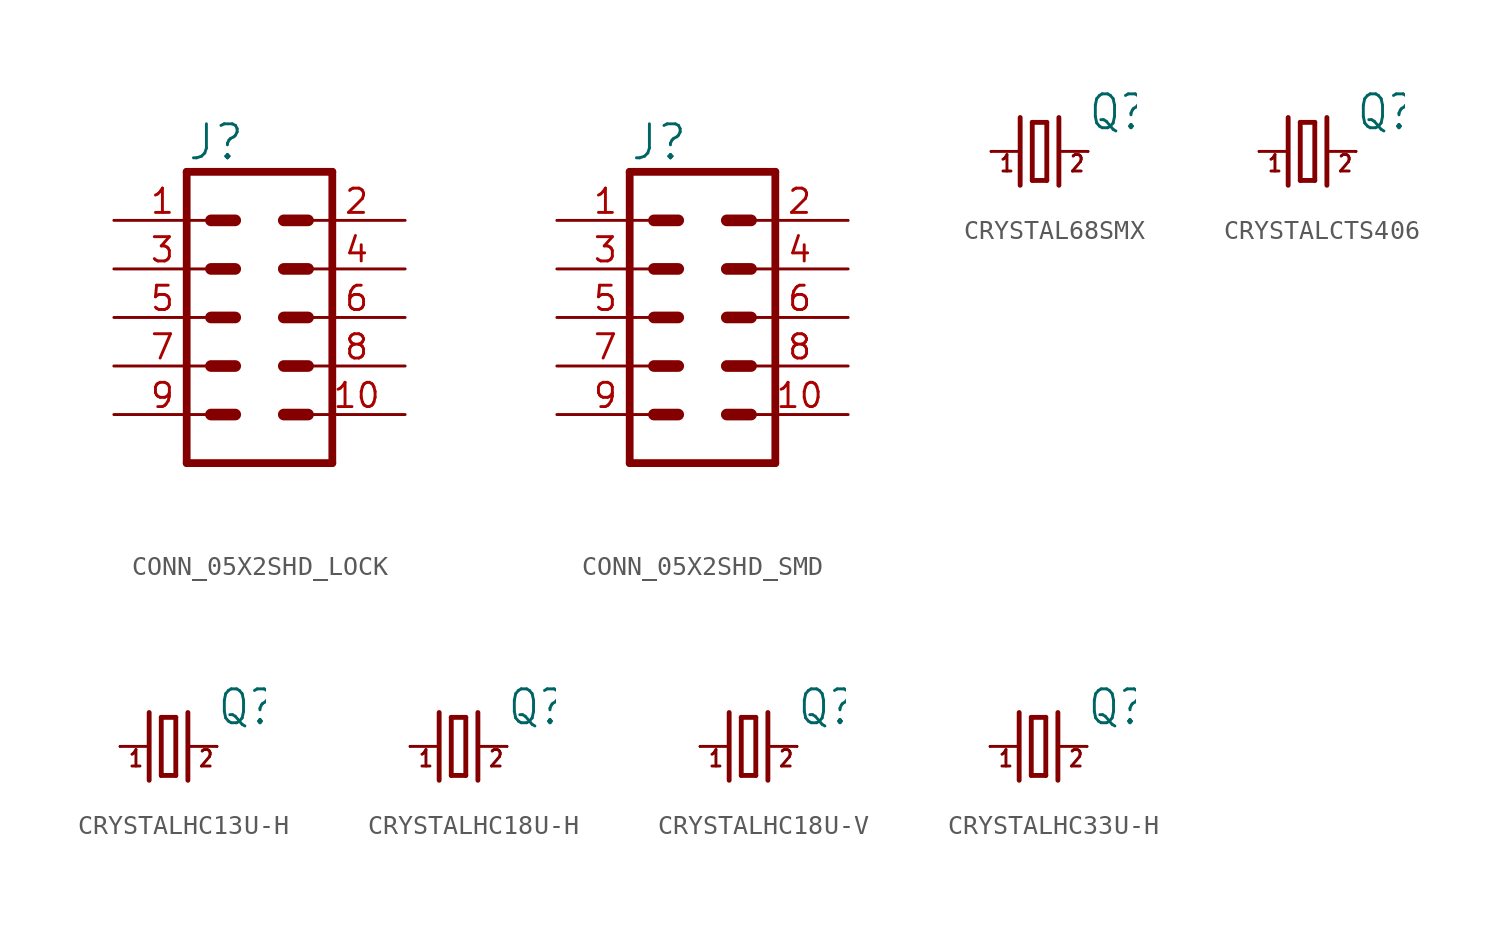
<source format=kicad_sym>
(kicad_symbol_lib
  (version 20220914)
  (generator kicad_symbol_editor)
  (symbol "CONN_05X2SHD_LOCK"
    (property "Reference" "J"
      (at -3.81 8.128 0)
      (effects (font (size 1.778 1.778)) (justify left bottom)))
    (property "Value" ""
      (at -3.81 -9.906 0)
      (effects (font (size 1.778 1.778)) (justify left bottom)))
    (property "ki_locked" ""
      (at 0 0 0)
      (effects (font (size 1.27 1.27))))
    (symbol "CONN_05X2SHD_LOCK_1_0"
      (polyline (pts (xy -3.81 7.62) (xy -3.81 -7.62)) (stroke (width 0.406) (type solid)) (fill (type none)))
      (polyline (pts (xy -3.81 7.62) (xy 3.81 7.62)) (stroke (width 0.406) (type solid)) (fill (type none)))
      (polyline (pts (xy -1.27 -5.08) (xy -2.54 -5.08)) (stroke (width 0.61) (type solid)) (fill (type none)))
      (polyline (pts (xy -1.27 -2.54) (xy -2.54 -2.54)) (stroke (width 0.61) (type solid)) (fill (type none)))
      (polyline (pts (xy -1.27 0) (xy -2.54 0)) (stroke (width 0.61) (type solid)) (fill (type none)))
      (polyline (pts (xy -1.27 2.54) (xy -2.54 2.54)) (stroke (width 0.61) (type solid)) (fill (type none)))
      (polyline (pts (xy -1.27 5.08) (xy -2.54 5.08)) (stroke (width 0.61) (type solid)) (fill (type none)))
      (polyline (pts (xy 1.27 -5.08) (xy 2.54 -5.08)) (stroke (width 0.61) (type solid)) (fill (type none)))
      (polyline (pts (xy 1.27 -2.54) (xy 2.54 -2.54)) (stroke (width 0.61) (type solid)) (fill (type none)))
      (polyline (pts (xy 1.27 0) (xy 2.54 0)) (stroke (width 0.61) (type solid)) (fill (type none)))
      (polyline (pts (xy 1.27 2.54) (xy 2.54 2.54)) (stroke (width 0.61) (type solid)) (fill (type none)))
      (polyline (pts (xy 1.27 5.08) (xy 2.54 5.08)) (stroke (width 0.61) (type solid)) (fill (type none)))
      (polyline (pts (xy 3.81 -7.62) (xy -3.81 -7.62)) (stroke (width 0.406) (type solid)) (fill (type none)))
      (polyline (pts (xy 3.81 -7.62) (xy 3.81 7.62)) (stroke (width 0.406) (type solid)) (fill (type none)))
      (pin passive line (at -7.62 5.08 0) (length 5.08) (name "1" (effects (font (size 0 0)))) (number "1" (effects (font (size 1.27 1.27)))))
      (pin passive line (at 7.62 -5.08 180) (length 5.08) (name "10" (effects (font (size 0 0)))) (number "10" (effects (font (size 1.27 1.27)))))
      (pin passive line (at 7.62 5.08 180) (length 5.08) (name "2" (effects (font (size 0 0)))) (number "2" (effects (font (size 1.27 1.27)))))
      (pin passive line (at -7.62 2.54 0) (length 5.08) (name "3" (effects (font (size 0 0)))) (number "3" (effects (font (size 1.27 1.27)))))
      (pin passive line (at 7.62 2.54 180) (length 5.08) (name "4" (effects (font (size 0 0)))) (number "4" (effects (font (size 1.27 1.27)))))
      (pin passive line (at -7.62 0 0) (length 5.08) (name "5" (effects (font (size 0 0)))) (number "5" (effects (font (size 1.27 1.27)))))
      (pin passive line (at 7.62 0 180) (length 5.08) (name "6" (effects (font (size 0 0)))) (number "6" (effects (font (size 1.27 1.27)))))
      (pin passive line (at -7.62 -2.54 0) (length 5.08) (name "7" (effects (font (size 0 0)))) (number "7" (effects (font (size 1.27 1.27)))))
      (pin passive line (at 7.62 -2.54 180) (length 5.08) (name "8" (effects (font (size 0 0)))) (number "8" (effects (font (size 1.27 1.27)))))
      (pin passive line (at -7.62 -5.08 0) (length 5.08) (name "9" (effects (font (size 0 0)))) (number "9" (effects (font (size 1.27 1.27)))))))
  (symbol "CONN_05X2SHD_SMD"
    (property "Reference" "J"
      (at -3.81 8.128 0)
      (effects (font (size 1.778 1.778)) (justify left bottom)))
    (property "Value" ""
      (at -3.81 -9.906 0)
      (effects (font (size 1.778 1.778)) (justify left bottom)))
    (property "ki_locked" ""
      (at 0 0 0)
      (effects (font (size 1.27 1.27))))
    (symbol "CONN_05X2SHD_SMD_1_0"
      (polyline (pts (xy -3.81 7.62) (xy -3.81 -7.62)) (stroke (width 0.406) (type solid)) (fill (type none)))
      (polyline (pts (xy -3.81 7.62) (xy 3.81 7.62)) (stroke (width 0.406) (type solid)) (fill (type none)))
      (polyline (pts (xy -1.27 -5.08) (xy -2.54 -5.08)) (stroke (width 0.61) (type solid)) (fill (type none)))
      (polyline (pts (xy -1.27 -2.54) (xy -2.54 -2.54)) (stroke (width 0.61) (type solid)) (fill (type none)))
      (polyline (pts (xy -1.27 0) (xy -2.54 0)) (stroke (width 0.61) (type solid)) (fill (type none)))
      (polyline (pts (xy -1.27 2.54) (xy -2.54 2.54)) (stroke (width 0.61) (type solid)) (fill (type none)))
      (polyline (pts (xy -1.27 5.08) (xy -2.54 5.08)) (stroke (width 0.61) (type solid)) (fill (type none)))
      (polyline (pts (xy 1.27 -5.08) (xy 2.54 -5.08)) (stroke (width 0.61) (type solid)) (fill (type none)))
      (polyline (pts (xy 1.27 -2.54) (xy 2.54 -2.54)) (stroke (width 0.61) (type solid)) (fill (type none)))
      (polyline (pts (xy 1.27 0) (xy 2.54 0)) (stroke (width 0.61) (type solid)) (fill (type none)))
      (polyline (pts (xy 1.27 2.54) (xy 2.54 2.54)) (stroke (width 0.61) (type solid)) (fill (type none)))
      (polyline (pts (xy 1.27 5.08) (xy 2.54 5.08)) (stroke (width 0.61) (type solid)) (fill (type none)))
      (polyline (pts (xy 3.81 -7.62) (xy -3.81 -7.62)) (stroke (width 0.406) (type solid)) (fill (type none)))
      (polyline (pts (xy 3.81 -7.62) (xy 3.81 7.62)) (stroke (width 0.406) (type solid)) (fill (type none)))
      (pin passive line (at -7.62 5.08 0) (length 5.08) (name "1" (effects (font (size 0 0)))) (number "1" (effects (font (size 1.27 1.27)))))
      (pin passive line (at 7.62 -5.08 180) (length 5.08) (name "10" (effects (font (size 0 0)))) (number "10" (effects (font (size 1.27 1.27)))))
      (pin passive line (at 7.62 5.08 180) (length 5.08) (name "2" (effects (font (size 0 0)))) (number "2" (effects (font (size 1.27 1.27)))))
      (pin passive line (at -7.62 2.54 0) (length 5.08) (name "3" (effects (font (size 0 0)))) (number "3" (effects (font (size 1.27 1.27)))))
      (pin passive line (at 7.62 2.54 180) (length 5.08) (name "4" (effects (font (size 0 0)))) (number "4" (effects (font (size 1.27 1.27)))))
      (pin passive line (at -7.62 0 0) (length 5.08) (name "5" (effects (font (size 0 0)))) (number "5" (effects (font (size 1.27 1.27)))))
      (pin passive line (at 7.62 0 180) (length 5.08) (name "6" (effects (font (size 0 0)))) (number "6" (effects (font (size 1.27 1.27)))))
      (pin passive line (at -7.62 -2.54 0) (length 5.08) (name "7" (effects (font (size 0 0)))) (number "7" (effects (font (size 1.27 1.27)))))
      (pin passive line (at 7.62 -2.54 180) (length 5.08) (name "8" (effects (font (size 0 0)))) (number "8" (effects (font (size 1.27 1.27)))))
      (pin passive line (at -7.62 -5.08 0) (length 5.08) (name "9" (effects (font (size 0 0)))) (number "9" (effects (font (size 1.27 1.27)))))))
  (symbol "CRYSTAL68SMX"
    (property "Reference" "Q"
      (at 2.54 1.016 0)
      (effects (font (size 1.778 1.511)) (justify left bottom)))
    (property "Value" ""
      (at 2.54 -2.54 0)
      (effects (font (size 1.778 1.511)) (justify left bottom)))
    (property "ki_locked" ""
      (at 0 0 0)
      (effects (font (size 1.27 1.27))))
    (symbol "CRYSTAL68SMX_1_0"
      (polyline (pts (xy -2.54 0) (xy -1.016 0)) (stroke (width 0.152) (type solid)) (fill (type none)))
      (polyline (pts (xy -1.016 1.778) (xy -1.016 -1.778)) (stroke (width 0.254) (type solid)) (fill (type none)))
      (polyline (pts (xy -0.381 -1.524) (xy 0.381 -1.524)) (stroke (width 0.254) (type solid)) (fill (type none)))
      (polyline (pts (xy -0.381 1.524) (xy -0.381 -1.524)) (stroke (width 0.254) (type solid)) (fill (type none)))
      (polyline (pts (xy 0.381 -1.524) (xy 0.381 1.524)) (stroke (width 0.254) (type solid)) (fill (type none)))
      (polyline (pts (xy 0.381 1.524) (xy -0.381 1.524)) (stroke (width 0.254) (type solid)) (fill (type none)))
      (polyline (pts (xy 1.016 0) (xy 2.54 0)) (stroke (width 0.152) (type solid)) (fill (type none)))
      (polyline (pts (xy 1.016 1.778) (xy 1.016 -1.778)) (stroke (width 0.254) (type solid)) (fill (type none)))
      (text "1" (at -2.159 -1.143 0) (effects (font (size 0.864 0.734)) (justify left bottom)))
      (text "2" (at 1.524 -1.143 0) (effects (font (size 0.864 0.734)) (justify left bottom)))
      (pin passive line (at -2.54 0 0) (length 0) (name "1" (effects (font (size 0 0)))) (number "1" (effects (font (size 0 0)))))
      (pin passive line (at 2.54 0 180) (length 0) (name "2" (effects (font (size 0 0)))) (number "4" (effects (font (size 0 0)))))))
  (symbol "CRYSTALCTS406"
    (property "Reference" "Q"
      (at 2.54 1.016 0)
      (effects (font (size 1.778 1.511)) (justify left bottom)))
    (property "Value" ""
      (at 2.54 -2.54 0)
      (effects (font (size 1.778 1.511)) (justify left bottom)))
    (property "ki_locked" ""
      (at 0 0 0)
      (effects (font (size 1.27 1.27))))
    (symbol "CRYSTALCTS406_1_0"
      (polyline (pts (xy -2.54 0) (xy -1.016 0)) (stroke (width 0.152) (type solid)) (fill (type none)))
      (polyline (pts (xy -1.016 1.778) (xy -1.016 -1.778)) (stroke (width 0.254) (type solid)) (fill (type none)))
      (polyline (pts (xy -0.381 -1.524) (xy 0.381 -1.524)) (stroke (width 0.254) (type solid)) (fill (type none)))
      (polyline (pts (xy -0.381 1.524) (xy -0.381 -1.524)) (stroke (width 0.254) (type solid)) (fill (type none)))
      (polyline (pts (xy 0.381 -1.524) (xy 0.381 1.524)) (stroke (width 0.254) (type solid)) (fill (type none)))
      (polyline (pts (xy 0.381 1.524) (xy -0.381 1.524)) (stroke (width 0.254) (type solid)) (fill (type none)))
      (polyline (pts (xy 1.016 0) (xy 2.54 0)) (stroke (width 0.152) (type solid)) (fill (type none)))
      (polyline (pts (xy 1.016 1.778) (xy 1.016 -1.778)) (stroke (width 0.254) (type solid)) (fill (type none)))
      (text "1" (at -2.159 -1.143 0) (effects (font (size 0.864 0.734)) (justify left bottom)))
      (text "2" (at 1.524 -1.143 0) (effects (font (size 0.864 0.734)) (justify left bottom)))
      (pin passive line (at -2.54 0 0) (length 0) (name "1" (effects (font (size 0 0)))) (number "1" (effects (font (size 0 0)))))
      (pin passive line (at 2.54 0 180) (length 0) (name "2" (effects (font (size 0 0)))) (number "3" (effects (font (size 0 0)))))))
  (symbol "CRYSTALHC13U-H"
    (property "Reference" "Q"
      (at 2.54 1.016 0)
      (effects (font (size 1.778 1.511)) (justify left bottom)))
    (property "Value" ""
      (at 2.54 -2.54 0)
      (effects (font (size 1.778 1.511)) (justify left bottom)))
    (property "ki_locked" ""
      (at 0 0 0)
      (effects (font (size 1.27 1.27))))
    (symbol "CRYSTALHC13U-H_1_0"
      (polyline (pts (xy -2.54 0) (xy -1.016 0)) (stroke (width 0.152) (type solid)) (fill (type none)))
      (polyline (pts (xy -1.016 1.778) (xy -1.016 -1.778)) (stroke (width 0.254) (type solid)) (fill (type none)))
      (polyline (pts (xy -0.381 -1.524) (xy 0.381 -1.524)) (stroke (width 0.254) (type solid)) (fill (type none)))
      (polyline (pts (xy -0.381 1.524) (xy -0.381 -1.524)) (stroke (width 0.254) (type solid)) (fill (type none)))
      (polyline (pts (xy 0.381 -1.524) (xy 0.381 1.524)) (stroke (width 0.254) (type solid)) (fill (type none)))
      (polyline (pts (xy 0.381 1.524) (xy -0.381 1.524)) (stroke (width 0.254) (type solid)) (fill (type none)))
      (polyline (pts (xy 1.016 0) (xy 2.54 0)) (stroke (width 0.152) (type solid)) (fill (type none)))
      (polyline (pts (xy 1.016 1.778) (xy 1.016 -1.778)) (stroke (width 0.254) (type solid)) (fill (type none)))
      (text "1" (at -2.159 -1.143 0) (effects (font (size 0.864 0.734)) (justify left bottom)))
      (text "2" (at 1.524 -1.143 0) (effects (font (size 0.864 0.734)) (justify left bottom)))
      (pin passive line (at -2.54 0 0) (length 0) (name "1" (effects (font (size 0 0)))) (number "1" (effects (font (size 0 0)))))
      (pin passive line (at 2.54 0 180) (length 0) (name "2" (effects (font (size 0 0)))) (number "2" (effects (font (size 0 0)))))))
  (symbol "CRYSTALHC18U-H"
    (property "Reference" "Q"
      (at 2.54 1.016 0)
      (effects (font (size 1.778 1.511)) (justify left bottom)))
    (property "Value" ""
      (at 2.54 -2.54 0)
      (effects (font (size 1.778 1.511)) (justify left bottom)))
    (property "ki_locked" ""
      (at 0 0 0)
      (effects (font (size 1.27 1.27))))
    (symbol "CRYSTALHC18U-H_1_0"
      (polyline (pts (xy -2.54 0) (xy -1.016 0)) (stroke (width 0.152) (type solid)) (fill (type none)))
      (polyline (pts (xy -1.016 1.778) (xy -1.016 -1.778)) (stroke (width 0.254) (type solid)) (fill (type none)))
      (polyline (pts (xy -0.381 -1.524) (xy 0.381 -1.524)) (stroke (width 0.254) (type solid)) (fill (type none)))
      (polyline (pts (xy -0.381 1.524) (xy -0.381 -1.524)) (stroke (width 0.254) (type solid)) (fill (type none)))
      (polyline (pts (xy 0.381 -1.524) (xy 0.381 1.524)) (stroke (width 0.254) (type solid)) (fill (type none)))
      (polyline (pts (xy 0.381 1.524) (xy -0.381 1.524)) (stroke (width 0.254) (type solid)) (fill (type none)))
      (polyline (pts (xy 1.016 0) (xy 2.54 0)) (stroke (width 0.152) (type solid)) (fill (type none)))
      (polyline (pts (xy 1.016 1.778) (xy 1.016 -1.778)) (stroke (width 0.254) (type solid)) (fill (type none)))
      (text "1" (at -2.159 -1.143 0) (effects (font (size 0.864 0.734)) (justify left bottom)))
      (text "2" (at 1.524 -1.143 0) (effects (font (size 0.864 0.734)) (justify left bottom)))
      (pin passive line (at -2.54 0 0) (length 0) (name "1" (effects (font (size 0 0)))) (number "1" (effects (font (size 0 0)))))
      (pin passive line (at 2.54 0 180) (length 0) (name "2" (effects (font (size 0 0)))) (number "2" (effects (font (size 0 0)))))))
  (symbol "CRYSTALHC18U-V"
    (property "Reference" "Q"
      (at 2.54 1.016 0)
      (effects (font (size 1.778 1.511)) (justify left bottom)))
    (property "Value" ""
      (at 2.54 -2.54 0)
      (effects (font (size 1.778 1.511)) (justify left bottom)))
    (property "ki_locked" ""
      (at 0 0 0)
      (effects (font (size 1.27 1.27))))
    (symbol "CRYSTALHC18U-V_1_0"
      (polyline (pts (xy -2.54 0) (xy -1.016 0)) (stroke (width 0.152) (type solid)) (fill (type none)))
      (polyline (pts (xy -1.016 1.778) (xy -1.016 -1.778)) (stroke (width 0.254) (type solid)) (fill (type none)))
      (polyline (pts (xy -0.381 -1.524) (xy 0.381 -1.524)) (stroke (width 0.254) (type solid)) (fill (type none)))
      (polyline (pts (xy -0.381 1.524) (xy -0.381 -1.524)) (stroke (width 0.254) (type solid)) (fill (type none)))
      (polyline (pts (xy 0.381 -1.524) (xy 0.381 1.524)) (stroke (width 0.254) (type solid)) (fill (type none)))
      (polyline (pts (xy 0.381 1.524) (xy -0.381 1.524)) (stroke (width 0.254) (type solid)) (fill (type none)))
      (polyline (pts (xy 1.016 0) (xy 2.54 0)) (stroke (width 0.152) (type solid)) (fill (type none)))
      (polyline (pts (xy 1.016 1.778) (xy 1.016 -1.778)) (stroke (width 0.254) (type solid)) (fill (type none)))
      (text "1" (at -2.159 -1.143 0) (effects (font (size 0.864 0.734)) (justify left bottom)))
      (text "2" (at 1.524 -1.143 0) (effects (font (size 0.864 0.734)) (justify left bottom)))
      (pin passive line (at -2.54 0 0) (length 0) (name "1" (effects (font (size 0 0)))) (number "1" (effects (font (size 0 0)))))
      (pin passive line (at 2.54 0 180) (length 0) (name "2" (effects (font (size 0 0)))) (number "2" (effects (font (size 0 0)))))))
  (symbol "CRYSTALHC33U-H"
    (property "Reference" "Q"
      (at 2.54 1.016 0)
      (effects (font (size 1.778 1.511)) (justify left bottom)))
    (property "Value" ""
      (at 2.54 -2.54 0)
      (effects (font (size 1.778 1.511)) (justify left bottom)))
    (property "ki_locked" ""
      (at 0 0 0)
      (effects (font (size 1.27 1.27))))
    (symbol "CRYSTALHC33U-H_1_0"
      (polyline (pts (xy -2.54 0) (xy -1.016 0)) (stroke (width 0.152) (type solid)) (fill (type none)))
      (polyline (pts (xy -1.016 1.778) (xy -1.016 -1.778)) (stroke (width 0.254) (type solid)) (fill (type none)))
      (polyline (pts (xy -0.381 -1.524) (xy 0.381 -1.524)) (stroke (width 0.254) (type solid)) (fill (type none)))
      (polyline (pts (xy -0.381 1.524) (xy -0.381 -1.524)) (stroke (width 0.254) (type solid)) (fill (type none)))
      (polyline (pts (xy 0.381 -1.524) (xy 0.381 1.524)) (stroke (width 0.254) (type solid)) (fill (type none)))
      (polyline (pts (xy 0.381 1.524) (xy -0.381 1.524)) (stroke (width 0.254) (type solid)) (fill (type none)))
      (polyline (pts (xy 1.016 0) (xy 2.54 0)) (stroke (width 0.152) (type solid)) (fill (type none)))
      (polyline (pts (xy 1.016 1.778) (xy 1.016 -1.778)) (stroke (width 0.254) (type solid)) (fill (type none)))
      (text "1" (at -2.159 -1.143 0) (effects (font (size 0.864 0.734)) (justify left bottom)))
      (text "2" (at 1.524 -1.143 0) (effects (font (size 0.864 0.734)) (justify left bottom)))
      (pin passive line (at -2.54 0 0) (length 0) (name "1" (effects (font (size 0 0)))) (number "1" (effects (font (size 0 0)))))
      (pin passive line (at 2.54 0 180) (length 0) (name "2" (effects (font (size 0 0)))) (number "2" (effects (font (size 0 0))))))))
</source>
